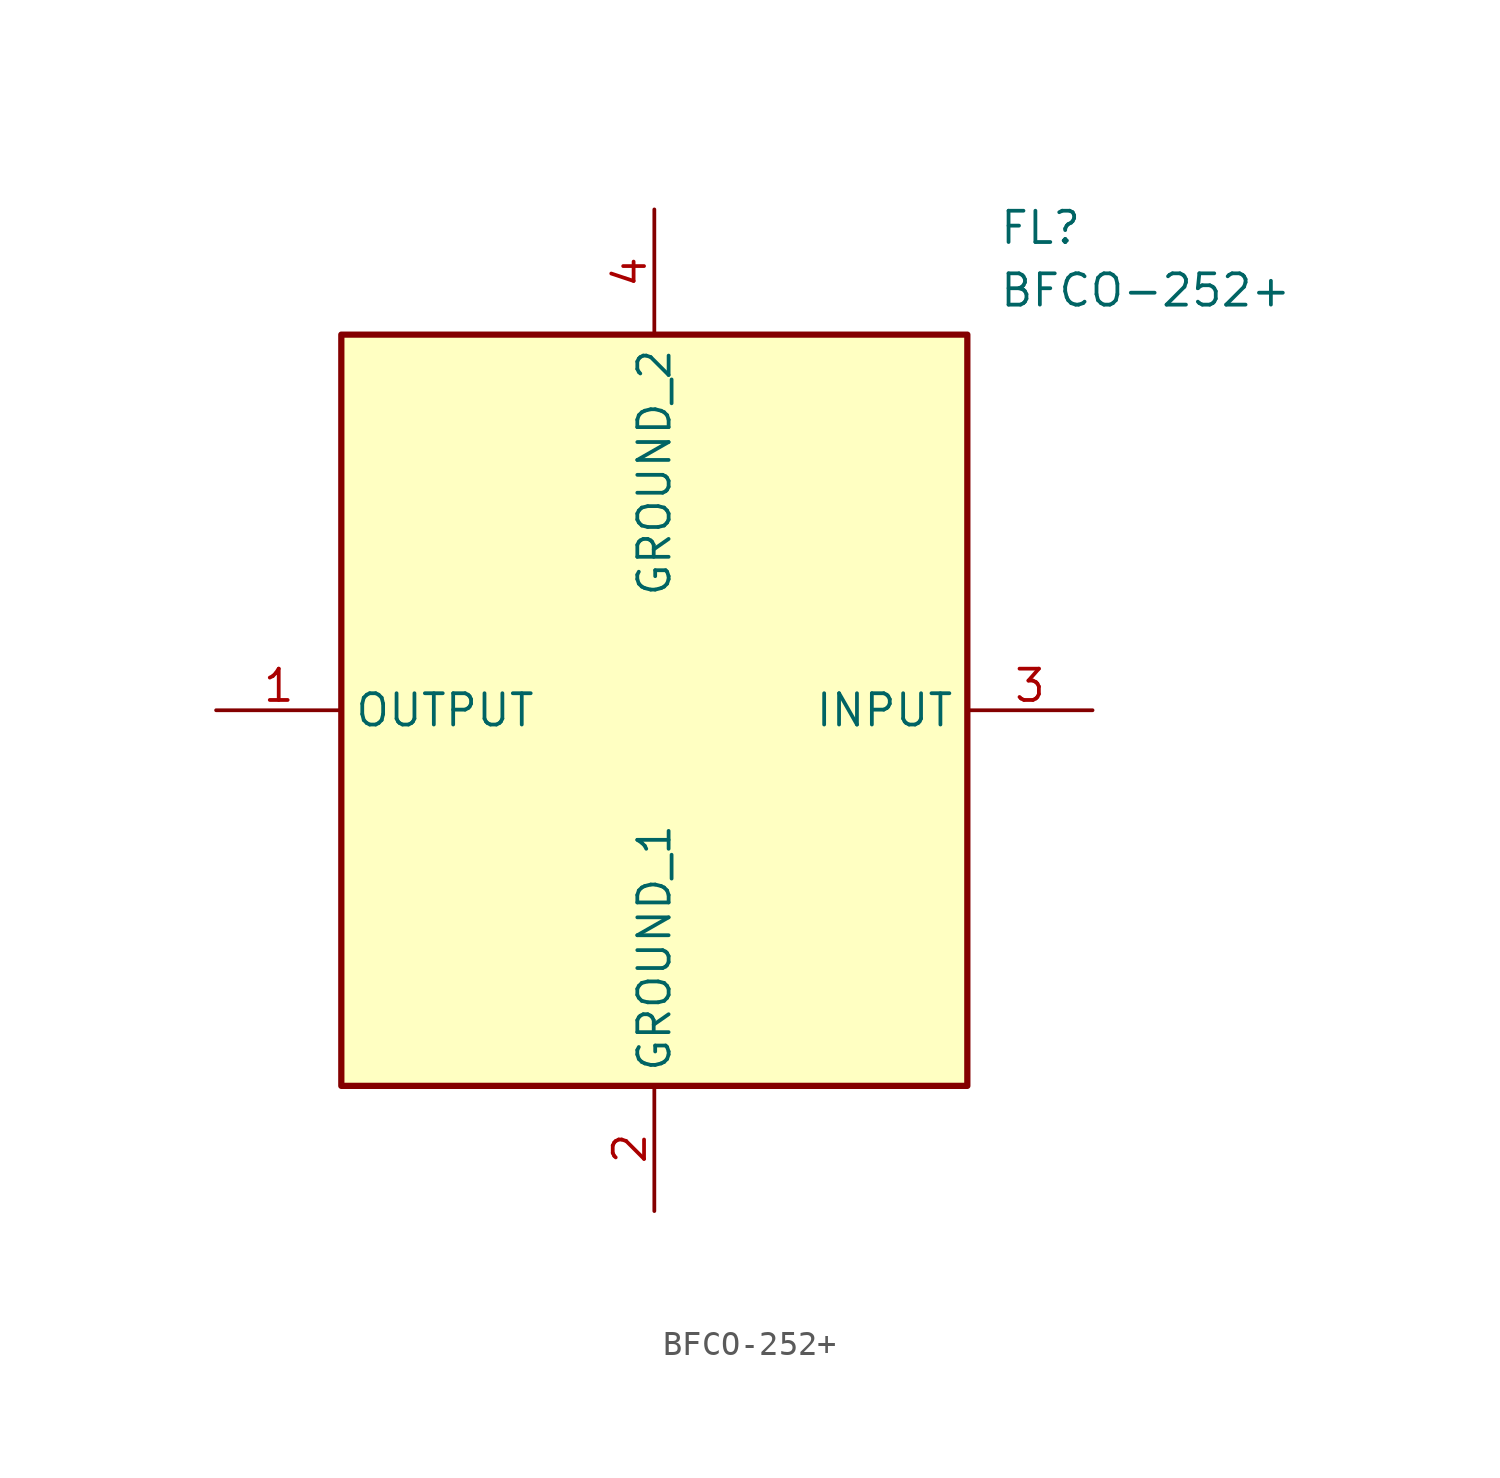
<source format=kicad_sym>
(kicad_symbol_lib
  (version 20211014)
  (generator SamacSys_ECAD_Model)
  (symbol "BFCO-252+"
    (property "Reference" "FL"
      (at 31.75 20.32 0)
      (effects (font (size 1.27 1.27)) (justify left top)))
    (property "Value" "BFCO-252+"
      (at 31.75 17.78 0)
      (effects (font (size 1.27 1.27)) (justify left top)))
    (rectangle
      (start 5.08 15.24)
      (end 30.48 -15.24)
      (stroke (width 0.254) (type default))
      (fill (type background)))
    (pin passive line
      (at 0 0 0)
      (length 5.08)
      (name "OUTPUT" (effects (font (size 1.27 1.27))))
      (number "1" (effects (font (size 1.27 1.27)))))
    (pin passive line
      (at 17.78 -20.32 90)
      (length 5.08)
      (name "GROUND_1" (effects (font (size 1.27 1.27))))
      (number "2" (effects (font (size 1.27 1.27)))))
    (pin passive line
      (at 35.56 0 180)
      (length 5.08)
      (name "INPUT" (effects (font (size 1.27 1.27))))
      (number "3" (effects (font (size 1.27 1.27)))))
    (pin passive line
      (at 17.78 20.32 270)
      (length 5.08)
      (name "GROUND_2" (effects (font (size 1.27 1.27))))
      (number "4" (effects (font (size 1.27 1.27)))))))
</source>
